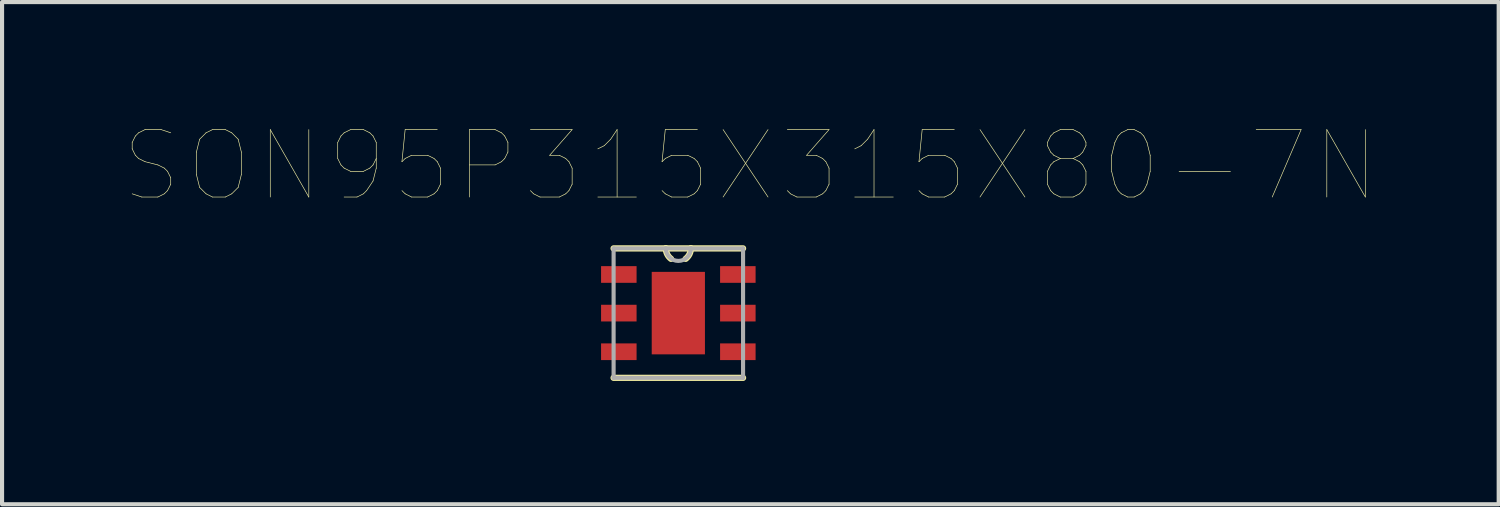
<source format=kicad_pcb>
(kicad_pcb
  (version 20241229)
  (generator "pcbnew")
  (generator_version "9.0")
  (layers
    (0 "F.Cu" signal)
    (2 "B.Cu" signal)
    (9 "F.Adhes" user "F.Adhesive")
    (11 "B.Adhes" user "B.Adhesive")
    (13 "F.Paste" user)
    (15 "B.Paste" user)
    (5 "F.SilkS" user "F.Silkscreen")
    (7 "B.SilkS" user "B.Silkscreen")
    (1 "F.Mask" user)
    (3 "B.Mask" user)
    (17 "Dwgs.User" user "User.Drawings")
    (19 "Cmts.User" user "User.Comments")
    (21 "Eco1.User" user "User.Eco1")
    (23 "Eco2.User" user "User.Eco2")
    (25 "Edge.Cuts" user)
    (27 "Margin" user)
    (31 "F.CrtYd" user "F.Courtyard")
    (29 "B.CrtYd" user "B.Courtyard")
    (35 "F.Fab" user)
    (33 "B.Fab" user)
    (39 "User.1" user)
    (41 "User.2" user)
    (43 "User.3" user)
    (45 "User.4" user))
  (footprint "SON95P315X315X80-7N"
    (layer "F.Cu")
    (at 13.456 4.569)
    (property "Reference" "SON95P315X315X80-7N" (at 1.753 -3.583 0) (layer "F.SilkS") (effects (font (size 1.641 1.641) (thickness 0.015))))
    (attr through_hole)
    (fp_line (start -1.575 1.575) (end 1.575 1.575) (stroke (width 0.152) (type solid)) (layer "F.SilkS"))
    (fp_line (start -0.305 -1.575) (end -1.575 -1.575) (stroke (width 0.152) (type solid)) (layer "F.SilkS"))
    (fp_line (start 0.305 -1.575) (end -0.305 -1.575) (stroke (width 0.152) (type solid)) (layer "F.SilkS"))
    (fp_line (start 1.575 -1.575) (end 0.305 -1.575) (stroke (width 0.152) (type solid)) (layer "F.SilkS"))
    (fp_arc (start -0.1778 -1.3208) (mid -0.27062 -1.43314) (end -0.3048 -1.5748) (stroke (width 0.1524) (type solid)) (layer "F.SilkS"))
    (fp_arc (start 0.3048 -1.5748) (mid 0.27062 -1.43314) (end 0.1778 -1.3208) (stroke (width 0.1524) (type solid)) (layer "F.SilkS"))
    (fp_line (start -1.575 -1.575) (end -1.575 1.575) (stroke (width 0.1) (type solid)) (layer "F.Fab"))
    (fp_line (start -1.575 1.575) (end 1.575 1.575) (stroke (width 0.1) (type solid)) (layer "F.Fab"))
    (fp_line (start -0.305 -1.575) (end -1.575 -1.575) (stroke (width 0.1) (type solid)) (layer "F.Fab"))
    (fp_line (start 0.305 -1.575) (end -0.305 -1.575) (stroke (width 0.1) (type solid)) (layer "F.Fab"))
    (fp_line (start 1.575 -1.575) (end 0.305 -1.575) (stroke (width 0.1) (type solid)) (layer "F.Fab"))
    (fp_line (start 1.575 1.575) (end 1.575 -1.575) (stroke (width 0.1) (type solid)) (layer "F.Fab"))
    (fp_arc (start 0.3048 -1.5748) (mid 0 -1.27) (end -0.3048 -1.5748) (stroke (width 0.1) (type solid)) (layer "F.Fab"))
    (pad "1" smd rect (at -1.448 -0.94) (size 0.864 0.406) (layers "F.Cu" "F.Mask" "F.Paste"))
    (pad "2" smd rect (at -1.448 0) (size 0.864 0.406) (layers "F.Cu" "F.Mask" "F.Paste"))
    (pad "3" smd rect (at -1.448 0.94) (size 0.864 0.406) (layers "F.Cu" "F.Mask" "F.Paste"))
    (pad "4" smd rect (at 1.448 0.94) (size 0.864 0.406) (layers "F.Cu" "F.Mask" "F.Paste"))
    (pad "5" smd rect (at 1.448 0) (size 0.864 0.406) (layers "F.Cu" "F.Mask" "F.Paste"))
    (pad "6" smd rect (at 1.448 -0.94) (size 0.864 0.406) (layers "F.Cu" "F.Mask" "F.Paste"))
    (pad "7" smd rect (at 0 0) (size 1.295 2.007) (layers "F.Cu" "F.Mask" "F.Paste")))
  (gr_rect
    (start -3 -3)
    (end 33.418 9.22)
    (stroke (width 0.1) (type default))
    (fill no)
    (layer "Edge.Cuts")))
</source>
